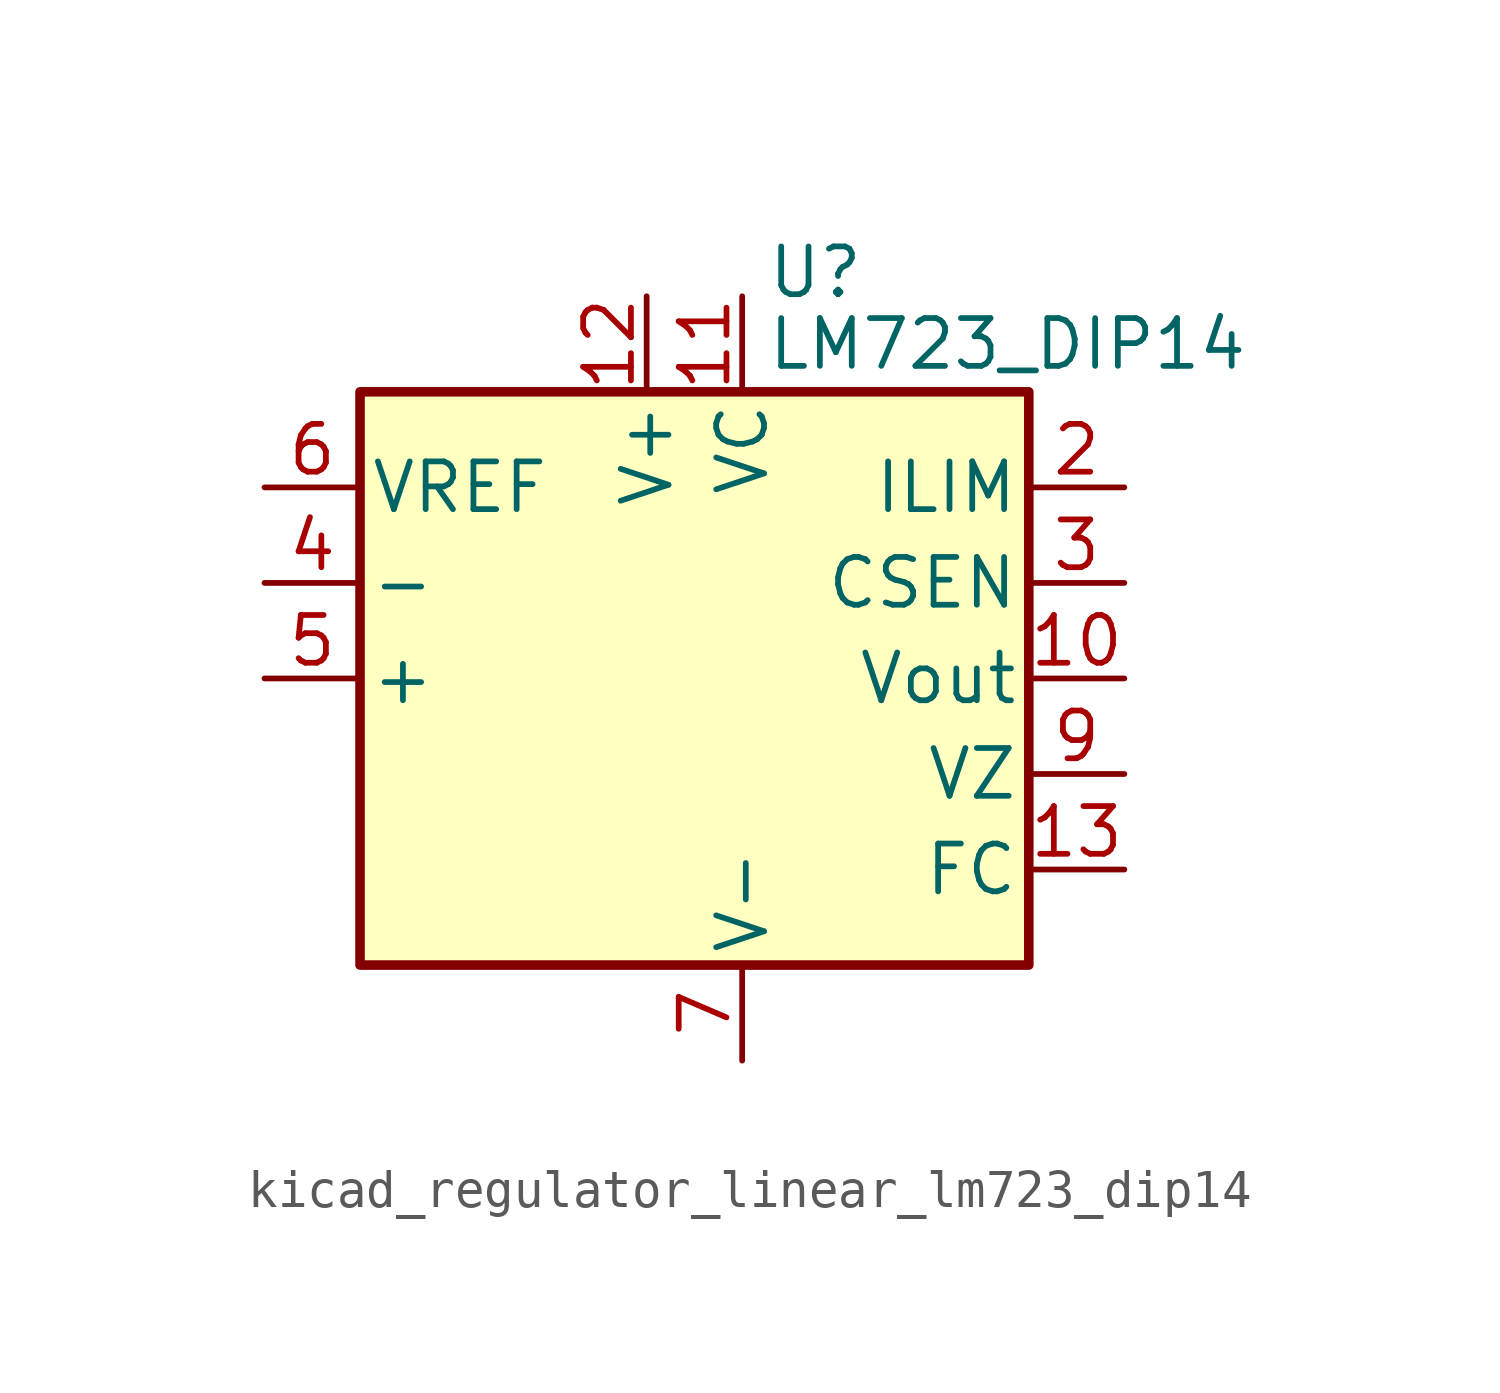
<source format=kicad_sym>
(kicad_symbol_lib
  (version 20220914)
  (generator kicad_symbol_editor)
  (symbol "kicad_regulator_linear_lm723_dip14"
    (pin_names
      (offset 0.254))
    (property "Reference" "U"
      (at 0.635 10.795 0)
      (effects (font (size 1.27 1.27)) (justify left)))
    (property "Value" "LM723_DIP14"
      (at 0.635 8.89 0)
      (effects (font (size 1.27 1.27)) (justify left)))
    (symbol "kicad_regulator_linear_lm723_dip14_0_1"
      (rectangle (start -10.16 -7.62) (end 7.62 7.62) (stroke (width 0.254) (type default)) (fill (type background))))
    (symbol "kicad_regulator_linear_lm723_dip14_1_1"
      (pin no_connect line (at -10.16 -5.08 0) (length 2.54) hide (name "NC" (effects (font (size 1.27 1.27)))) (number "1" (effects (font (size 1.27 1.27)))))
      (pin power_out line (at 10.16 0 180) (length 2.54) (name "Vout" (effects (font (size 1.27 1.27)))) (number "10" (effects (font (size 1.27 1.27)))))
      (pin power_in line (at 0 10.16 270) (length 2.54) (name "VC" (effects (font (size 1.27 1.27)))) (number "11" (effects (font (size 1.27 1.27)))))
      (pin power_in line (at -2.54 10.16 270) (length 2.54) (name "V+" (effects (font (size 1.27 1.27)))) (number "12" (effects (font (size 1.27 1.27)))))
      (pin input line (at 10.16 -5.08 180) (length 2.54) (name "FC" (effects (font (size 1.27 1.27)))) (number "13" (effects (font (size 1.27 1.27)))))
      (pin no_connect line (at -2.54 -7.62 90) (length 2.54) hide (name "NC" (effects (font (size 1.27 1.27)))) (number "14" (effects (font (size 1.27 1.27)))))
      (pin input line (at 10.16 5.08 180) (length 2.54) (name "ILIM" (effects (font (size 1.27 1.27)))) (number "2" (effects (font (size 1.27 1.27)))))
      (pin input line (at 10.16 2.54 180) (length 2.54) (name "CSEN" (effects (font (size 1.27 1.27)))) (number "3" (effects (font (size 1.27 1.27)))))
      (pin input line (at -12.7 2.54 0) (length 2.54) (name "-" (effects (font (size 1.27 1.27)))) (number "4" (effects (font (size 1.27 1.27)))))
      (pin input line (at -12.7 0 0) (length 2.54) (name "+" (effects (font (size 1.27 1.27)))) (number "5" (effects (font (size 1.27 1.27)))))
      (pin power_out line (at -12.7 5.08 0) (length 2.54) (name "VREF" (effects (font (size 1.27 1.27)))) (number "6" (effects (font (size 1.27 1.27)))))
      (pin power_in line (at 0 -10.16 90) (length 2.54) (name "V-" (effects (font (size 1.27 1.27)))) (number "7" (effects (font (size 1.27 1.27)))))
      (pin no_connect line (at -10.16 -2.54 0) (length 2.54) hide (name "NC" (effects (font (size 1.27 1.27)))) (number "8" (effects (font (size 1.27 1.27)))))
      (pin input line (at 10.16 -2.54 180) (length 2.54) (name "VZ" (effects (font (size 1.27 1.27)))) (number "9" (effects (font (size 1.27 1.27))))))))
</source>
